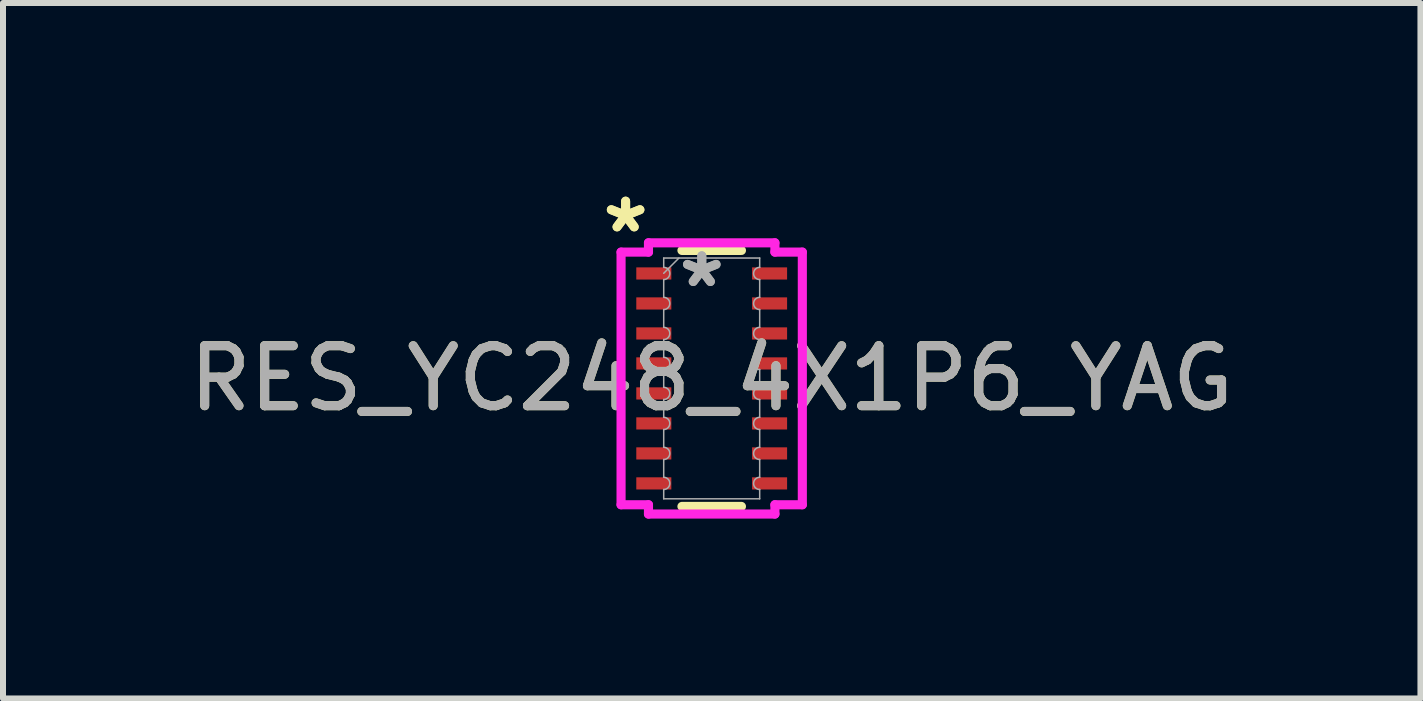
<source format=kicad_pcb>
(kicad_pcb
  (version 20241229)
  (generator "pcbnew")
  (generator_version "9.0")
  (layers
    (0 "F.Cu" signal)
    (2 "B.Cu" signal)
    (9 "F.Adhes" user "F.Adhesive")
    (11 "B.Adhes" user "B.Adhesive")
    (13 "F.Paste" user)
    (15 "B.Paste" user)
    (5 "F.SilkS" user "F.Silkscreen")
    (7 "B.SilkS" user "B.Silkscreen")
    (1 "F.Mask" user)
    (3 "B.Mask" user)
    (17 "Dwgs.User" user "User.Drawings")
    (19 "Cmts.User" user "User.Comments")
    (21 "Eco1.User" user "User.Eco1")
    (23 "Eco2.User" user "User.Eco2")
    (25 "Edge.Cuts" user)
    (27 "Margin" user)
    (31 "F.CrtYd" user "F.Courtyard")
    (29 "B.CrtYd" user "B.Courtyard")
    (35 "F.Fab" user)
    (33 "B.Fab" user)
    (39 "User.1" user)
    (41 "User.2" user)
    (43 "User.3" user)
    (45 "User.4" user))
  (footprint "RES_YC248_4X1P6_YAG"
    (layer "F.Cu")
    (at 8.815 3.259)
    (property "Reference" "RES_YC248_4X1P6_YAG" (at 0 0 0) (unlocked yes) (layer "F.SilkS") (effects (font (size 1 1) (thickness 0.15))))
    (attr smd)
    (fp_line (start -0.496 -2.134) (end 0.496 -2.134) (stroke (width 0.152) (type solid)) (layer "F.SilkS"))
    (fp_line (start -0.496 2.134) (end 0.496 2.134) (stroke (width 0.152) (type solid)) (layer "F.SilkS"))
    (fp_line (start -1.511 -2.106) (end -1.054 -2.106) (stroke (width 0.152) (type solid)) (layer "F.CrtYd"))
    (fp_line (start -1.511 2.106) (end -1.511 -2.106) (stroke (width 0.152) (type solid)) (layer "F.CrtYd"))
    (fp_line (start -1.511 2.106) (end -1.054 2.106) (stroke (width 0.152) (type solid)) (layer "F.CrtYd"))
    (fp_line (start -1.054 -2.261) (end 1.054 -2.261) (stroke (width 0.152) (type solid)) (layer "F.CrtYd"))
    (fp_line (start -1.054 -2.106) (end -1.054 -2.261) (stroke (width 0.152) (type solid)) (layer "F.CrtYd"))
    (fp_line (start -1.054 2.261) (end -1.054 2.106) (stroke (width 0.152) (type solid)) (layer "F.CrtYd"))
    (fp_line (start 1.054 -2.261) (end 1.054 -2.106) (stroke (width 0.152) (type solid)) (layer "F.CrtYd"))
    (fp_line (start 1.054 2.106) (end 1.054 2.261) (stroke (width 0.152) (type solid)) (layer "F.CrtYd"))
    (fp_line (start 1.054 2.261) (end -1.054 2.261) (stroke (width 0.152) (type solid)) (layer "F.CrtYd"))
    (fp_line (start 1.511 -2.106) (end 1.054 -2.106) (stroke (width 0.152) (type solid)) (layer "F.CrtYd"))
    (fp_line (start 1.511 -2.106) (end 1.511 2.106) (stroke (width 0.152) (type solid)) (layer "F.CrtYd"))
    (fp_line (start 1.511 2.106) (end 1.054 2.106) (stroke (width 0.152) (type solid)) (layer "F.CrtYd"))
    (fp_line (start -0.8 -2.007) (end 0.8 -2.007) (stroke (width 0.025) (type solid)) (layer "F.Fab"))
    (fp_line (start -0.8 -1.852) (end -0.8 -2.007) (stroke (width 0.025) (type solid)) (layer "F.Fab"))
    (fp_line (start -0.8 -1.648) (end -0.8 -1.352) (stroke (width 0.025) (type solid)) (layer "F.Fab"))
    (fp_line (start -0.8 -1.148) (end -0.8 -0.852) (stroke (width 0.025) (type solid)) (layer "F.Fab"))
    (fp_line (start -0.8 -0.648) (end -0.8 -0.352) (stroke (width 0.025) (type solid)) (layer "F.Fab"))
    (fp_line (start -0.8 -0.148) (end -0.8 0.148) (stroke (width 0.025) (type solid)) (layer "F.Fab"))
    (fp_line (start -0.8 0.352) (end -0.8 0.648) (stroke (width 0.025) (type solid)) (layer "F.Fab"))
    (fp_line (start -0.8 0.852) (end -0.8 1.148) (stroke (width 0.025) (type solid)) (layer "F.Fab"))
    (fp_line (start -0.8 1.352) (end -0.8 1.648) (stroke (width 0.025) (type solid)) (layer "F.Fab"))
    (fp_line (start -0.8 1.852) (end -0.8 2.007) (stroke (width 0.025) (type solid)) (layer "F.Fab"))
    (fp_line (start -0.8 2.007) (end 0.8 2.007) (stroke (width 0.025) (type solid)) (layer "F.Fab"))
    (fp_line (start -0.546 -2.007) (end -0.8 -1.753) (stroke (width 0.025) (type solid)) (layer "F.Fab"))
    (fp_line (start 0.8 -1.852) (end 0.8 -2.007) (stroke (width 0.025) (type solid)) (layer "F.Fab"))
    (fp_line (start 0.8 -1.648) (end 0.8 -1.352) (stroke (width 0.025) (type solid)) (layer "F.Fab"))
    (fp_line (start 0.8 -1.148) (end 0.8 -0.852) (stroke (width 0.025) (type solid)) (layer "F.Fab"))
    (fp_line (start 0.8 -0.648) (end 0.8 -0.352) (stroke (width 0.025) (type solid)) (layer "F.Fab"))
    (fp_line (start 0.8 -0.148) (end 0.8 0.148) (stroke (width 0.025) (type solid)) (layer "F.Fab"))
    (fp_line (start 0.8 0.352) (end 0.8 0.648) (stroke (width 0.025) (type solid)) (layer "F.Fab"))
    (fp_line (start 0.8 0.852) (end 0.8 1.148) (stroke (width 0.025) (type solid)) (layer "F.Fab"))
    (fp_line (start 0.8 1.352) (end 0.8 1.648) (stroke (width 0.025) (type solid)) (layer "F.Fab"))
    (fp_line (start 0.8 1.852) (end 0.8 2.007) (stroke (width 0.025) (type solid)) (layer "F.Fab"))
    (fp_arc (start -0.8001 -1.851599) (mid -0.6985 -1.749999) (end -0.8001 -1.648399) (stroke (width 0.0254) (type solid)) (layer "F.Fab"))
    (fp_arc (start -0.8001 -1.3516) (mid -0.6985 -1.25) (end -0.8001 -1.1484) (stroke (width 0.0254) (type solid)) (layer "F.Fab"))
    (fp_arc (start -0.8001 -0.851601) (mid -0.6985 -0.750001) (end -0.8001 -0.648401) (stroke (width 0.0254) (type solid)) (layer "F.Fab"))
    (fp_arc (start -0.8001 -0.351599) (mid -0.6985 -0.25) (end -0.8001 -0.1484) (stroke (width 0.0254) (type solid)) (layer "F.Fab"))
    (fp_arc (start -0.8001 0.1484) (mid -0.6985 0.249999) (end -0.8001 0.351599) (stroke (width 0.0254) (type solid)) (layer "F.Fab"))
    (fp_arc (start -0.8001 0.648401) (mid -0.6985 0.750001) (end -0.8001 0.851601) (stroke (width 0.0254) (type solid)) (layer "F.Fab"))
    (fp_arc (start -0.8001 1.1484) (mid -0.6985 1.25) (end -0.8001 1.3516) (stroke (width 0.0254) (type solid)) (layer "F.Fab"))
    (fp_arc (start -0.8001 1.648399) (mid -0.6985 1.749999) (end -0.8001 1.851599) (stroke (width 0.0254) (type solid)) (layer "F.Fab"))
    (fp_arc (start 0.8001 -1.648399) (mid 0.6985 -1.749999) (end 0.8001 -1.851599) (stroke (width 0.0254) (type solid)) (layer "F.Fab"))
    (fp_arc (start 0.8001 -1.1484) (mid 0.6985 -1.25) (end 0.8001 -1.3516) (stroke (width 0.0254) (type solid)) (layer "F.Fab"))
    (fp_arc (start 0.8001 -0.648401) (mid 0.6985 -0.750001) (end 0.8001 -0.851601) (stroke (width 0.0254) (type solid)) (layer "F.Fab"))
    (fp_arc (start 0.8001 -0.1484) (mid 0.6985 -0.249999) (end 0.8001 -0.351599) (stroke (width 0.0254) (type solid)) (layer "F.Fab"))
    (fp_arc (start 0.8001 0.351599) (mid 0.6985 0.25) (end 0.8001 0.1484) (stroke (width 0.0254) (type solid)) (layer "F.Fab"))
    (fp_arc (start 0.8001 0.851601) (mid 0.6985 0.750001) (end 0.8001 0.648401) (stroke (width 0.0254) (type solid)) (layer "F.Fab"))
    (fp_arc (start 0.8001 1.3516) (mid 0.6985 1.25) (end 0.8001 1.1484) (stroke (width 0.0254) (type solid)) (layer "F.Fab"))
    (fp_arc (start 0.8001 1.851599) (mid 0.6985 1.749999) (end 0.8001 1.648399) (stroke (width 0.0254) (type solid)) (layer "F.Fab"))
    (fp_text user "*" (at -1.435 -2.41 0) (unlocked yes) (layer "F.SilkS") (effects (font (size 1 1) (thickness 0.15))))
    (fp_text user "*" (at -1.435 -2.41 0) (layer "F.SilkS") (effects (font (size 1 1) (thickness 0.15))))
    (fp_text user "*" (at -0.165 -1.499 0) (layer "F.Fab") (effects (font (size 1 1) (thickness 0.15))))
    (fp_text user "${REFERENCE}" (at 0 0 0) (unlocked yes) (layer "F.Fab") (effects (font (size 1 1) (thickness 0.15))))
    (fp_text user "*" (at -0.165 -1.499 0) (unlocked yes) (layer "F.Fab") (effects (font (size 1 1) (thickness 0.15))))
    (pad "1" smd rect (at -0.965 -1.75) (size 0.584 0.203) (layers "F.Cu" "F.Mask" "F.Paste"))
    (pad "2" smd rect (at -0.965 -1.25) (size 0.584 0.203) (layers "F.Cu" "F.Mask" "F.Paste"))
    (pad "3" smd rect (at -0.965 -0.75) (size 0.584 0.203) (layers "F.Cu" "F.Mask" "F.Paste"))
    (pad "4" smd rect (at -0.965 -0.25) (size 0.584 0.203) (layers "F.Cu" "F.Mask" "F.Paste"))
    (pad "5" smd rect (at -0.965 0.25) (size 0.584 0.203) (layers "F.Cu" "F.Mask" "F.Paste"))
    (pad "6" smd rect (at -0.965 0.75) (size 0.584 0.203) (layers "F.Cu" "F.Mask" "F.Paste"))
    (pad "7" smd rect (at -0.965 1.25) (size 0.584 0.203) (layers "F.Cu" "F.Mask" "F.Paste"))
    (pad "8" smd rect (at -0.965 1.75) (size 0.584 0.203) (layers "F.Cu" "F.Mask" "F.Paste"))
    (pad "9" smd rect (at 0.965 1.75) (size 0.584 0.203) (layers "F.Cu" "F.Mask" "F.Paste"))
    (pad "10" smd rect (at 0.965 1.25) (size 0.584 0.203) (layers "F.Cu" "F.Mask" "F.Paste"))
    (pad "11" smd rect (at 0.965 0.75) (size 0.584 0.203) (layers "F.Cu" "F.Mask" "F.Paste"))
    (pad "12" smd rect (at 0.965 0.25) (size 0.584 0.203) (layers "F.Cu" "F.Mask" "F.Paste"))
    (pad "13" smd rect (at 0.965 -0.25) (size 0.584 0.203) (layers "F.Cu" "F.Mask" "F.Paste"))
    (pad "14" smd rect (at 0.965 -0.75) (size 0.584 0.203) (layers "F.Cu" "F.Mask" "F.Paste"))
    (pad "15" smd rect (at 0.965 -1.25) (size 0.584 0.203) (layers "F.Cu" "F.Mask" "F.Paste"))
    (pad "16" smd rect (at 0.965 -1.75) (size 0.584 0.203) (layers "F.Cu" "F.Mask" "F.Paste")))
  (gr_rect
    (start -3 -3)
    (end 20.631 8.595)
    (stroke (width 0.1) (type default))
    (fill no)
    (layer "Edge.Cuts")))
</source>
